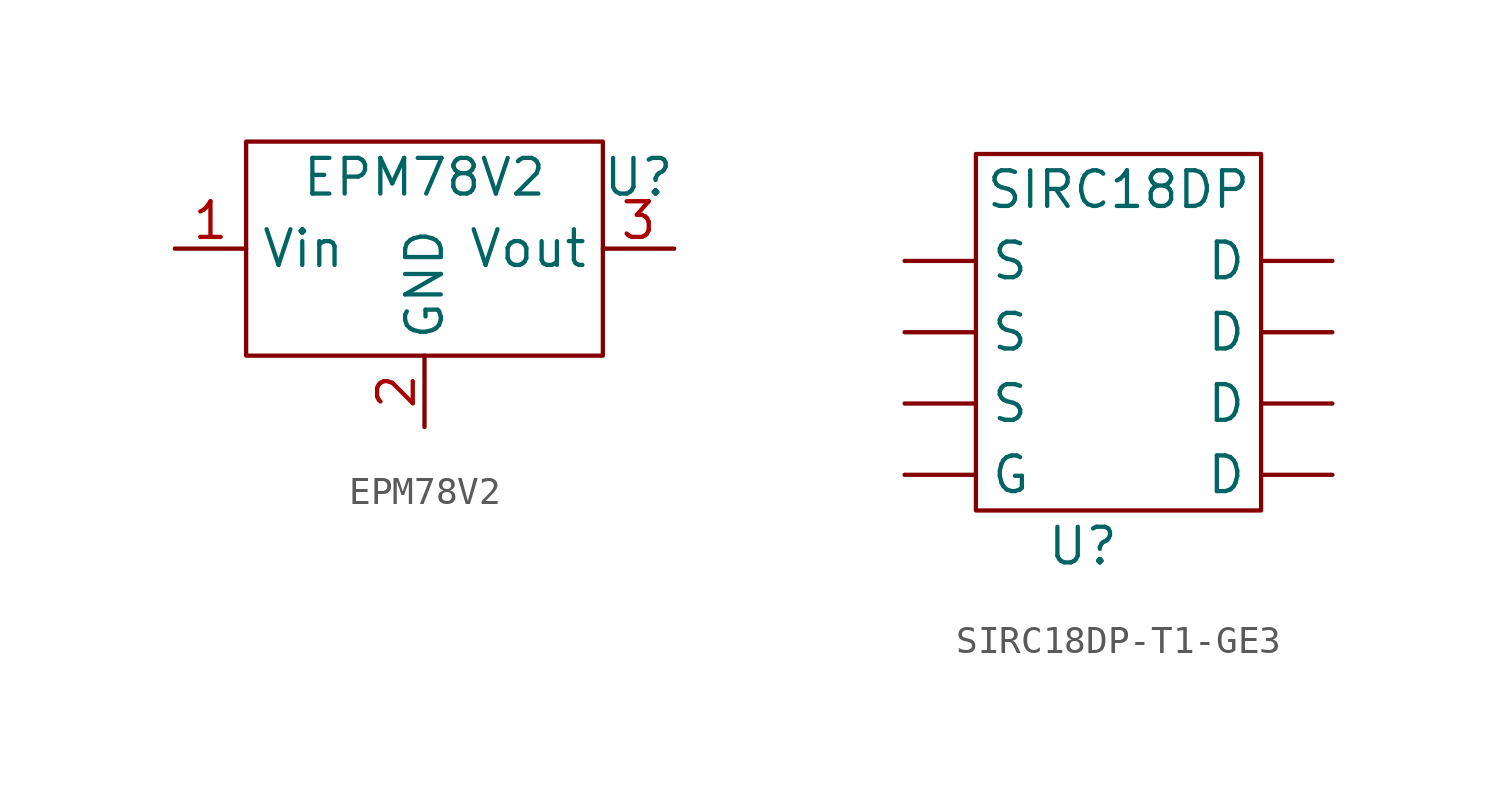
<source format=kicad_sym>
(kicad_symbol_lib
  (version 20220914)
  (generator kicad_symbol_editor)
  (symbol "EPM78V2"
    (property "Reference" "U"
      (at 7.62 2.54 0)
      (effects (font (size 1.27 1.27))))
    (property "Value" "EPM78V2"
      (at 0 2.54 0)
      (effects (font (size 1.27 1.27))))
    (symbol "EPM78V2_0_1"
      (rectangle (start -6.35 3.81) (end 6.35 -3.81) (stroke (width 0) (type default)) (fill (type none))))
    (symbol "EPM78V2_1_1"
      (pin power_in line (at -8.89 0 0) (length 2.54) (name "Vin" (effects (font (size 1.27 1.27)))) (number "1" (effects (font (size 1.27 1.27)))))
      (pin input line (at 0 -6.35 90) (length 2.54) (name "GND" (effects (font (size 1.27 1.27)))) (number "2" (effects (font (size 1.27 1.27)))))
      (pin power_out line (at 8.89 0 180) (length 2.54) (name "Vout" (effects (font (size 1.27 1.27)))) (number "3" (effects (font (size 1.27 1.27)))))))
  (symbol "SIRC18DP-T1-GE3"
    (property "Reference" "U"
      (at -1.27 -7.62 0)
      (effects (font (size 1.27 1.27))))
    (property "Value" "SIRC18DP"
      (at 0 5.08 0)
      (effects (font (size 1.27 1.27))))
    (symbol "SIRC18DP-T1-GE3_0_1"
      (rectangle (start -5.08 6.35) (end 5.08 -6.35) (stroke (width 0) (type default)) (fill (type none))))
    (symbol "SIRC18DP-T1-GE3_1_1"
      (pin input line (at 7.62 -5.08 180) (length 2.54) (name "D" (effects (font (size 1.27 1.27)))) (number "" (effects (font (size 1.27 1.27)))))
      (pin input line (at 7.62 -2.54 180) (length 2.54) (name "D" (effects (font (size 1.27 1.27)))) (number "" (effects (font (size 1.27 1.27)))))
      (pin input line (at 7.62 0 180) (length 2.54) (name "D" (effects (font (size 1.27 1.27)))) (number "" (effects (font (size 1.27 1.27)))))
      (pin input line (at 7.62 2.54 180) (length 2.54) (name "D" (effects (font (size 1.27 1.27)))) (number "" (effects (font (size 1.27 1.27)))))
      (pin input line (at -7.62 -5.08 0) (length 2.54) (name "G" (effects (font (size 1.27 1.27)))) (number "" (effects (font (size 1.27 1.27)))))
      (pin input line (at -7.62 -2.54 0) (length 2.54) (name "S" (effects (font (size 1.27 1.27)))) (number "" (effects (font (size 1.27 1.27)))))
      (pin input line (at -7.62 0 0) (length 2.54) (name "S" (effects (font (size 1.27 1.27)))) (number "" (effects (font (size 1.27 1.27)))))
      (pin input line (at -7.62 2.54 0) (length 2.54) (name "S" (effects (font (size 1.27 1.27)))) (number "" (effects (font (size 1.27 1.27))))))))
</source>
